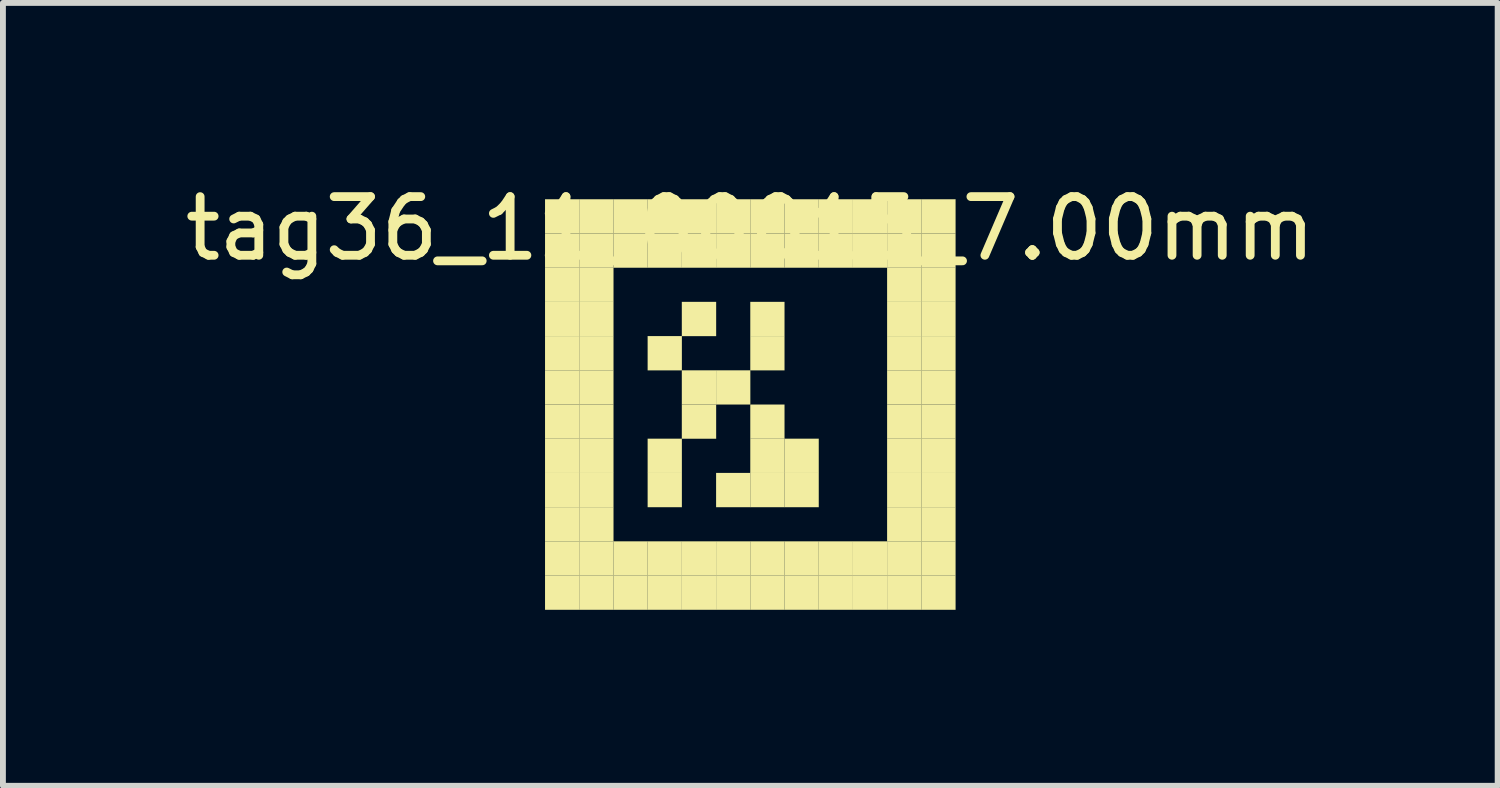
<source format=kicad_pcb>
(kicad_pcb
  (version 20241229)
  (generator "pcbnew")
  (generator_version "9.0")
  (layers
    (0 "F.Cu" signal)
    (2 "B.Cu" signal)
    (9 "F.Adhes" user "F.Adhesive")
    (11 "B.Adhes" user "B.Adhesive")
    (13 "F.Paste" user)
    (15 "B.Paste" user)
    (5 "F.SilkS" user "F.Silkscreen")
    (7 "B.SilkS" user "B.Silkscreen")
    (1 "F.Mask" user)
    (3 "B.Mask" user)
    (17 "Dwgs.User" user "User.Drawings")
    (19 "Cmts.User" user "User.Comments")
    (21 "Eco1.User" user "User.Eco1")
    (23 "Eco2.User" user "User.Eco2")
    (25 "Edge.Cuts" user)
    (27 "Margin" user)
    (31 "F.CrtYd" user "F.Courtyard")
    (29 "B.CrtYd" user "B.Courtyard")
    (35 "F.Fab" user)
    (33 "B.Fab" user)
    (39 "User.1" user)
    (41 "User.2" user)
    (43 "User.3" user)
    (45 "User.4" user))
  (footprint "tag36_11_00015_7.00mm"
    (layer "F.Cu")
    (at 9.744 3.848)
    (property "Reference" "tag36_11_00015_7.00mm" (at 0 -3 0) (layer "F.SilkS") (effects (font (size 1 1) (thickness 0.15))))
    (attr through_hole)
    (fp_poly (pts (xy -3.5 -3.5) (xy -2.917 -3.5) (xy -2.917 -2.917) (xy -3.5 -2.917)) (stroke (width 0.001) (type solid)) (fill yes) (layer "F.SilkS"))
    (fp_poly (pts (xy -3.5 -2.917) (xy -2.917 -2.917) (xy -2.917 -2.333) (xy -3.5 -2.333)) (stroke (width 0.001) (type solid)) (fill yes) (layer "F.SilkS"))
    (fp_poly (pts (xy -3.5 -2.333) (xy -2.917 -2.333) (xy -2.917 -1.75) (xy -3.5 -1.75)) (stroke (width 0.001) (type solid)) (fill yes) (layer "F.SilkS"))
    (fp_poly (pts (xy -3.5 -1.75) (xy -2.917 -1.75) (xy -2.917 -1.167) (xy -3.5 -1.167)) (stroke (width 0.001) (type solid)) (fill yes) (layer "F.SilkS"))
    (fp_poly (pts (xy -3.5 -1.167) (xy -2.917 -1.167) (xy -2.917 -0.583) (xy -3.5 -0.583)) (stroke (width 0.001) (type solid)) (fill yes) (layer "F.SilkS"))
    (fp_poly (pts (xy -3.5 -0.583) (xy -2.917 -0.583) (xy -2.917 0) (xy -3.5 0)) (stroke (width 0.001) (type solid)) (fill yes) (layer "F.SilkS"))
    (fp_poly (pts (xy -3.5 0) (xy -2.917 0) (xy -2.917 0.583) (xy -3.5 0.583)) (stroke (width 0.001) (type solid)) (fill yes) (layer "F.SilkS"))
    (fp_poly (pts (xy -3.5 0.583) (xy -2.917 0.583) (xy -2.917 1.167) (xy -3.5 1.167)) (stroke (width 0.001) (type solid)) (fill yes) (layer "F.SilkS"))
    (fp_poly (pts (xy -3.5 1.167) (xy -2.917 1.167) (xy -2.917 1.75) (xy -3.5 1.75)) (stroke (width 0.001) (type solid)) (fill yes) (layer "F.SilkS"))
    (fp_poly (pts (xy -3.5 1.75) (xy -2.917 1.75) (xy -2.917 2.333) (xy -3.5 2.333)) (stroke (width 0.001) (type solid)) (fill yes) (layer "F.SilkS"))
    (fp_poly (pts (xy -3.5 2.333) (xy -2.917 2.333) (xy -2.917 2.917) (xy -3.5 2.917)) (stroke (width 0.001) (type solid)) (fill yes) (layer "F.SilkS"))
    (fp_poly (pts (xy -3.5 2.917) (xy -2.917 2.917) (xy -2.917 3.5) (xy -3.5 3.5)) (stroke (width 0.001) (type solid)) (fill yes) (layer "F.SilkS"))
    (fp_poly (pts (xy -2.917 -3.5) (xy -2.333 -3.5) (xy -2.333 -2.917) (xy -2.917 -2.917)) (stroke (width 0.001) (type solid)) (fill yes) (layer "F.SilkS"))
    (fp_poly (pts (xy -2.917 -2.917) (xy -2.333 -2.917) (xy -2.333 -2.333) (xy -2.917 -2.333)) (stroke (width 0.001) (type solid)) (fill yes) (layer "F.SilkS"))
    (fp_poly (pts (xy -2.917 -2.333) (xy -2.333 -2.333) (xy -2.333 -1.75) (xy -2.917 -1.75)) (stroke (width 0.001) (type solid)) (fill yes) (layer "F.SilkS"))
    (fp_poly (pts (xy -2.917 -1.75) (xy -2.333 -1.75) (xy -2.333 -1.167) (xy -2.917 -1.167)) (stroke (width 0.001) (type solid)) (fill yes) (layer "F.SilkS"))
    (fp_poly (pts (xy -2.917 -1.167) (xy -2.333 -1.167) (xy -2.333 -0.583) (xy -2.917 -0.583)) (stroke (width 0.001) (type solid)) (fill yes) (layer "F.SilkS"))
    (fp_poly (pts (xy -2.917 -0.583) (xy -2.333 -0.583) (xy -2.333 0) (xy -2.917 0)) (stroke (width 0.001) (type solid)) (fill yes) (layer "F.SilkS"))
    (fp_poly (pts (xy -2.917 0) (xy -2.333 0) (xy -2.333 0.583) (xy -2.917 0.583)) (stroke (width 0.001) (type solid)) (fill yes) (layer "F.SilkS"))
    (fp_poly (pts (xy -2.917 0.583) (xy -2.333 0.583) (xy -2.333 1.167) (xy -2.917 1.167)) (stroke (width 0.001) (type solid)) (fill yes) (layer "F.SilkS"))
    (fp_poly (pts (xy -2.917 1.167) (xy -2.333 1.167) (xy -2.333 1.75) (xy -2.917 1.75)) (stroke (width 0.001) (type solid)) (fill yes) (layer "F.SilkS"))
    (fp_poly (pts (xy -2.917 1.75) (xy -2.333 1.75) (xy -2.333 2.333) (xy -2.917 2.333)) (stroke (width 0.001) (type solid)) (fill yes) (layer "F.SilkS"))
    (fp_poly (pts (xy -2.917 2.333) (xy -2.333 2.333) (xy -2.333 2.917) (xy -2.917 2.917)) (stroke (width 0.001) (type solid)) (fill yes) (layer "F.SilkS"))
    (fp_poly (pts (xy -2.917 2.917) (xy -2.333 2.917) (xy -2.333 3.5) (xy -2.917 3.5)) (stroke (width 0.001) (type solid)) (fill yes) (layer "F.SilkS"))
    (fp_poly (pts (xy -2.333 -3.5) (xy -1.75 -3.5) (xy -1.75 -2.917) (xy -2.333 -2.917)) (stroke (width 0.001) (type solid)) (fill yes) (layer "F.SilkS"))
    (fp_poly (pts (xy -2.333 -2.917) (xy -1.75 -2.917) (xy -1.75 -2.333) (xy -2.333 -2.333)) (stroke (width 0.001) (type solid)) (fill yes) (layer "F.SilkS"))
    (fp_poly (pts (xy -2.333 2.333) (xy -1.75 2.333) (xy -1.75 2.917) (xy -2.333 2.917)) (stroke (width 0.001) (type solid)) (fill yes) (layer "F.SilkS"))
    (fp_poly (pts (xy -2.333 2.917) (xy -1.75 2.917) (xy -1.75 3.5) (xy -2.333 3.5)) (stroke (width 0.001) (type solid)) (fill yes) (layer "F.SilkS"))
    (fp_poly (pts (xy -1.75 -3.5) (xy -1.167 -3.5) (xy -1.167 -2.917) (xy -1.75 -2.917)) (stroke (width 0.001) (type solid)) (fill yes) (layer "F.SilkS"))
    (fp_poly (pts (xy -1.75 -2.917) (xy -1.167 -2.917) (xy -1.167 -2.333) (xy -1.75 -2.333)) (stroke (width 0.001) (type solid)) (fill yes) (layer "F.SilkS"))
    (fp_poly (pts (xy -1.75 -1.167) (xy -1.167 -1.167) (xy -1.167 -0.583) (xy -1.75 -0.583)) (stroke (width 0.001) (type solid)) (fill yes) (layer "F.SilkS"))
    (fp_poly (pts (xy -1.75 0.583) (xy -1.167 0.583) (xy -1.167 1.167) (xy -1.75 1.167)) (stroke (width 0.001) (type solid)) (fill yes) (layer "F.SilkS"))
    (fp_poly (pts (xy -1.75 1.167) (xy -1.167 1.167) (xy -1.167 1.75) (xy -1.75 1.75)) (stroke (width 0.001) (type solid)) (fill yes) (layer "F.SilkS"))
    (fp_poly (pts (xy -1.75 2.333) (xy -1.167 2.333) (xy -1.167 2.917) (xy -1.75 2.917)) (stroke (width 0.001) (type solid)) (fill yes) (layer "F.SilkS"))
    (fp_poly (pts (xy -1.75 2.917) (xy -1.167 2.917) (xy -1.167 3.5) (xy -1.75 3.5)) (stroke (width 0.001) (type solid)) (fill yes) (layer "F.SilkS"))
    (fp_poly (pts (xy -1.167 -3.5) (xy -0.583 -3.5) (xy -0.583 -2.917) (xy -1.167 -2.917)) (stroke (width 0.001) (type solid)) (fill yes) (layer "F.SilkS"))
    (fp_poly (pts (xy -1.167 -2.917) (xy -0.583 -2.917) (xy -0.583 -2.333) (xy -1.167 -2.333)) (stroke (width 0.001) (type solid)) (fill yes) (layer "F.SilkS"))
    (fp_poly (pts (xy -1.167 -1.75) (xy -0.583 -1.75) (xy -0.583 -1.167) (xy -1.167 -1.167)) (stroke (width 0.001) (type solid)) (fill yes) (layer "F.SilkS"))
    (fp_poly (pts (xy -1.167 -0.583) (xy -0.583 -0.583) (xy -0.583 0) (xy -1.167 0)) (stroke (width 0.001) (type solid)) (fill yes) (layer "F.SilkS"))
    (fp_poly (pts (xy -1.167 0) (xy -0.583 0) (xy -0.583 0.583) (xy -1.167 0.583)) (stroke (width 0.001) (type solid)) (fill yes) (layer "F.SilkS"))
    (fp_poly (pts (xy -1.167 2.333) (xy -0.583 2.333) (xy -0.583 2.917) (xy -1.167 2.917)) (stroke (width 0.001) (type solid)) (fill yes) (layer "F.SilkS"))
    (fp_poly (pts (xy -1.167 2.917) (xy -0.583 2.917) (xy -0.583 3.5) (xy -1.167 3.5)) (stroke (width 0.001) (type solid)) (fill yes) (layer "F.SilkS"))
    (fp_poly (pts (xy -0.583 -3.5) (xy 0 -3.5) (xy 0 -2.917) (xy -0.583 -2.917)) (stroke (width 0.001) (type solid)) (fill yes) (layer "F.SilkS"))
    (fp_poly (pts (xy -0.583 -2.917) (xy 0 -2.917) (xy 0 -2.333) (xy -0.583 -2.333)) (stroke (width 0.001) (type solid)) (fill yes) (layer "F.SilkS"))
    (fp_poly (pts (xy -0.583 -0.583) (xy 0 -0.583) (xy 0 0) (xy -0.583 0)) (stroke (width 0.001) (type solid)) (fill yes) (layer "F.SilkS"))
    (fp_poly (pts (xy -0.583 1.167) (xy 0 1.167) (xy 0 1.75) (xy -0.583 1.75)) (stroke (width 0.001) (type solid)) (fill yes) (layer "F.SilkS"))
    (fp_poly (pts (xy -0.583 2.333) (xy 0 2.333) (xy 0 2.917) (xy -0.583 2.917)) (stroke (width 0.001) (type solid)) (fill yes) (layer "F.SilkS"))
    (fp_poly (pts (xy -0.583 2.917) (xy 0 2.917) (xy 0 3.5) (xy -0.583 3.5)) (stroke (width 0.001) (type solid)) (fill yes) (layer "F.SilkS"))
    (fp_poly (pts (xy 0 -3.5) (xy 0.583 -3.5) (xy 0.583 -2.917) (xy 0 -2.917)) (stroke (width 0.001) (type solid)) (fill yes) (layer "F.SilkS"))
    (fp_poly (pts (xy 0 -2.917) (xy 0.583 -2.917) (xy 0.583 -2.333) (xy 0 -2.333)) (stroke (width 0.001) (type solid)) (fill yes) (layer "F.SilkS"))
    (fp_poly (pts (xy 0 -1.75) (xy 0.583 -1.75) (xy 0.583 -1.167) (xy 0 -1.167)) (stroke (width 0.001) (type solid)) (fill yes) (layer "F.SilkS"))
    (fp_poly (pts (xy 0 -1.167) (xy 0.583 -1.167) (xy 0.583 -0.583) (xy 0 -0.583)) (stroke (width 0.001) (type solid)) (fill yes) (layer "F.SilkS"))
    (fp_poly (pts (xy 0 0) (xy 0.583 0) (xy 0.583 0.583) (xy 0 0.583)) (stroke (width 0.001) (type solid)) (fill yes) (layer "F.SilkS"))
    (fp_poly (pts (xy 0 0.583) (xy 0.583 0.583) (xy 0.583 1.167) (xy 0 1.167)) (stroke (width 0.001) (type solid)) (fill yes) (layer "F.SilkS"))
    (fp_poly (pts (xy 0 1.167) (xy 0.583 1.167) (xy 0.583 1.75) (xy 0 1.75)) (stroke (width 0.001) (type solid)) (fill yes) (layer "F.SilkS"))
    (fp_poly (pts (xy 0 2.333) (xy 0.583 2.333) (xy 0.583 2.917) (xy 0 2.917)) (stroke (width 0.001) (type solid)) (fill yes) (layer "F.SilkS"))
    (fp_poly (pts (xy 0 2.917) (xy 0.583 2.917) (xy 0.583 3.5) (xy 0 3.5)) (stroke (width 0.001) (type solid)) (fill yes) (layer "F.SilkS"))
    (fp_poly (pts (xy 0.583 -3.5) (xy 1.167 -3.5) (xy 1.167 -2.917) (xy 0.583 -2.917)) (stroke (width 0.001) (type solid)) (fill yes) (layer "F.SilkS"))
    (fp_poly (pts (xy 0.583 -2.917) (xy 1.167 -2.917) (xy 1.167 -2.333) (xy 0.583 -2.333)) (stroke (width 0.001) (type solid)) (fill yes) (layer "F.SilkS"))
    (fp_poly (pts (xy 0.583 0.583) (xy 1.167 0.583) (xy 1.167 1.167) (xy 0.583 1.167)) (stroke (width 0.001) (type solid)) (fill yes) (layer "F.SilkS"))
    (fp_poly (pts (xy 0.583 1.167) (xy 1.167 1.167) (xy 1.167 1.75) (xy 0.583 1.75)) (stroke (width 0.001) (type solid)) (fill yes) (layer "F.SilkS"))
    (fp_poly (pts (xy 0.583 2.333) (xy 1.167 2.333) (xy 1.167 2.917) (xy 0.583 2.917)) (stroke (width 0.001) (type solid)) (fill yes) (layer "F.SilkS"))
    (fp_poly (pts (xy 0.583 2.917) (xy 1.167 2.917) (xy 1.167 3.5) (xy 0.583 3.5)) (stroke (width 0.001) (type solid)) (fill yes) (layer "F.SilkS"))
    (fp_poly (pts (xy 1.167 -3.5) (xy 1.75 -3.5) (xy 1.75 -2.917) (xy 1.167 -2.917)) (stroke (width 0.001) (type solid)) (fill yes) (layer "F.SilkS"))
    (fp_poly (pts (xy 1.167 -2.917) (xy 1.75 -2.917) (xy 1.75 -2.333) (xy 1.167 -2.333)) (stroke (width 0.001) (type solid)) (fill yes) (layer "F.SilkS"))
    (fp_poly (pts (xy 1.167 2.333) (xy 1.75 2.333) (xy 1.75 2.917) (xy 1.167 2.917)) (stroke (width 0.001) (type solid)) (fill yes) (layer "F.SilkS"))
    (fp_poly (pts (xy 1.167 2.917) (xy 1.75 2.917) (xy 1.75 3.5) (xy 1.167 3.5)) (stroke (width 0.001) (type solid)) (fill yes) (layer "F.SilkS"))
    (fp_poly (pts (xy 1.75 -3.5) (xy 2.333 -3.5) (xy 2.333 -2.917) (xy 1.75 -2.917)) (stroke (width 0.001) (type solid)) (fill yes) (layer "F.SilkS"))
    (fp_poly (pts (xy 1.75 -2.917) (xy 2.333 -2.917) (xy 2.333 -2.333) (xy 1.75 -2.333)) (stroke (width 0.001) (type solid)) (fill yes) (layer "F.SilkS"))
    (fp_poly (pts (xy 1.75 2.333) (xy 2.333 2.333) (xy 2.333 2.917) (xy 1.75 2.917)) (stroke (width 0.001) (type solid)) (fill yes) (layer "F.SilkS"))
    (fp_poly (pts (xy 1.75 2.917) (xy 2.333 2.917) (xy 2.333 3.5) (xy 1.75 3.5)) (stroke (width 0.001) (type solid)) (fill yes) (layer "F.SilkS"))
    (fp_poly (pts (xy 2.333 -3.5) (xy 2.917 -3.5) (xy 2.917 -2.917) (xy 2.333 -2.917)) (stroke (width 0.001) (type solid)) (fill yes) (layer "F.SilkS"))
    (fp_poly (pts (xy 2.333 -2.917) (xy 2.917 -2.917) (xy 2.917 -2.333) (xy 2.333 -2.333)) (stroke (width 0.001) (type solid)) (fill yes) (layer "F.SilkS"))
    (fp_poly (pts (xy 2.333 -2.333) (xy 2.917 -2.333) (xy 2.917 -1.75) (xy 2.333 -1.75)) (stroke (width 0.001) (type solid)) (fill yes) (layer "F.SilkS"))
    (fp_poly (pts (xy 2.333 -1.75) (xy 2.917 -1.75) (xy 2.917 -1.167) (xy 2.333 -1.167)) (stroke (width 0.001) (type solid)) (fill yes) (layer "F.SilkS"))
    (fp_poly (pts (xy 2.333 -1.167) (xy 2.917 -1.167) (xy 2.917 -0.583) (xy 2.333 -0.583)) (stroke (width 0.001) (type solid)) (fill yes) (layer "F.SilkS"))
    (fp_poly (pts (xy 2.333 -0.583) (xy 2.917 -0.583) (xy 2.917 0) (xy 2.333 0)) (stroke (width 0.001) (type solid)) (fill yes) (layer "F.SilkS"))
    (fp_poly (pts (xy 2.333 0) (xy 2.917 0) (xy 2.917 0.583) (xy 2.333 0.583)) (stroke (width 0.001) (type solid)) (fill yes) (layer "F.SilkS"))
    (fp_poly (pts (xy 2.333 0.583) (xy 2.917 0.583) (xy 2.917 1.167) (xy 2.333 1.167)) (stroke (width 0.001) (type solid)) (fill yes) (layer "F.SilkS"))
    (fp_poly (pts (xy 2.333 1.167) (xy 2.917 1.167) (xy 2.917 1.75) (xy 2.333 1.75)) (stroke (width 0.001) (type solid)) (fill yes) (layer "F.SilkS"))
    (fp_poly (pts (xy 2.333 1.75) (xy 2.917 1.75) (xy 2.917 2.333) (xy 2.333 2.333)) (stroke (width 0.001) (type solid)) (fill yes) (layer "F.SilkS"))
    (fp_poly (pts (xy 2.333 2.333) (xy 2.917 2.333) (xy 2.917 2.917) (xy 2.333 2.917)) (stroke (width 0.001) (type solid)) (fill yes) (layer "F.SilkS"))
    (fp_poly (pts (xy 2.333 2.917) (xy 2.917 2.917) (xy 2.917 3.5) (xy 2.333 3.5)) (stroke (width 0.001) (type solid)) (fill yes) (layer "F.SilkS"))
    (fp_poly (pts (xy 2.917 -3.5) (xy 3.5 -3.5) (xy 3.5 -2.917) (xy 2.917 -2.917)) (stroke (width 0.001) (type solid)) (fill yes) (layer "F.SilkS"))
    (fp_poly (pts (xy 2.917 -2.917) (xy 3.5 -2.917) (xy 3.5 -2.333) (xy 2.917 -2.333)) (stroke (width 0.001) (type solid)) (fill yes) (layer "F.SilkS"))
    (fp_poly (pts (xy 2.917 -2.333) (xy 3.5 -2.333) (xy 3.5 -1.75) (xy 2.917 -1.75)) (stroke (width 0.001) (type solid)) (fill yes) (layer "F.SilkS"))
    (fp_poly (pts (xy 2.917 -1.75) (xy 3.5 -1.75) (xy 3.5 -1.167) (xy 2.917 -1.167)) (stroke (width 0.001) (type solid)) (fill yes) (layer "F.SilkS"))
    (fp_poly (pts (xy 2.917 -1.167) (xy 3.5 -1.167) (xy 3.5 -0.583) (xy 2.917 -0.583)) (stroke (width 0.001) (type solid)) (fill yes) (layer "F.SilkS"))
    (fp_poly (pts (xy 2.917 -0.583) (xy 3.5 -0.583) (xy 3.5 0) (xy 2.917 0)) (stroke (width 0.001) (type solid)) (fill yes) (layer "F.SilkS"))
    (fp_poly (pts (xy 2.917 0) (xy 3.5 0) (xy 3.5 0.583) (xy 2.917 0.583)) (stroke (width 0.001) (type solid)) (fill yes) (layer "F.SilkS"))
    (fp_poly (pts (xy 2.917 0.583) (xy 3.5 0.583) (xy 3.5 1.167) (xy 2.917 1.167)) (stroke (width 0.001) (type solid)) (fill yes) (layer "F.SilkS"))
    (fp_poly (pts (xy 2.917 1.167) (xy 3.5 1.167) (xy 3.5 1.75) (xy 2.917 1.75)) (stroke (width 0.001) (type solid)) (fill yes) (layer "F.SilkS"))
    (fp_poly (pts (xy 2.917 1.75) (xy 3.5 1.75) (xy 3.5 2.333) (xy 2.917 2.333)) (stroke (width 0.001) (type solid)) (fill yes) (layer "F.SilkS"))
    (fp_poly (pts (xy 2.917 2.333) (xy 3.5 2.333) (xy 3.5 2.917) (xy 2.917 2.917)) (stroke (width 0.001) (type solid)) (fill yes) (layer "F.SilkS"))
    (fp_poly (pts (xy 2.917 2.917) (xy 3.5 2.917) (xy 3.5 3.5) (xy 2.917 3.5)) (stroke (width 0.001) (type solid)) (fill yes) (layer "F.SilkS")))
  (gr_rect
    (start -3 -3)
    (end 22.488 10.349)
    (stroke (width 0.1) (type default))
    (fill no)
    (layer "Edge.Cuts")))
</source>
